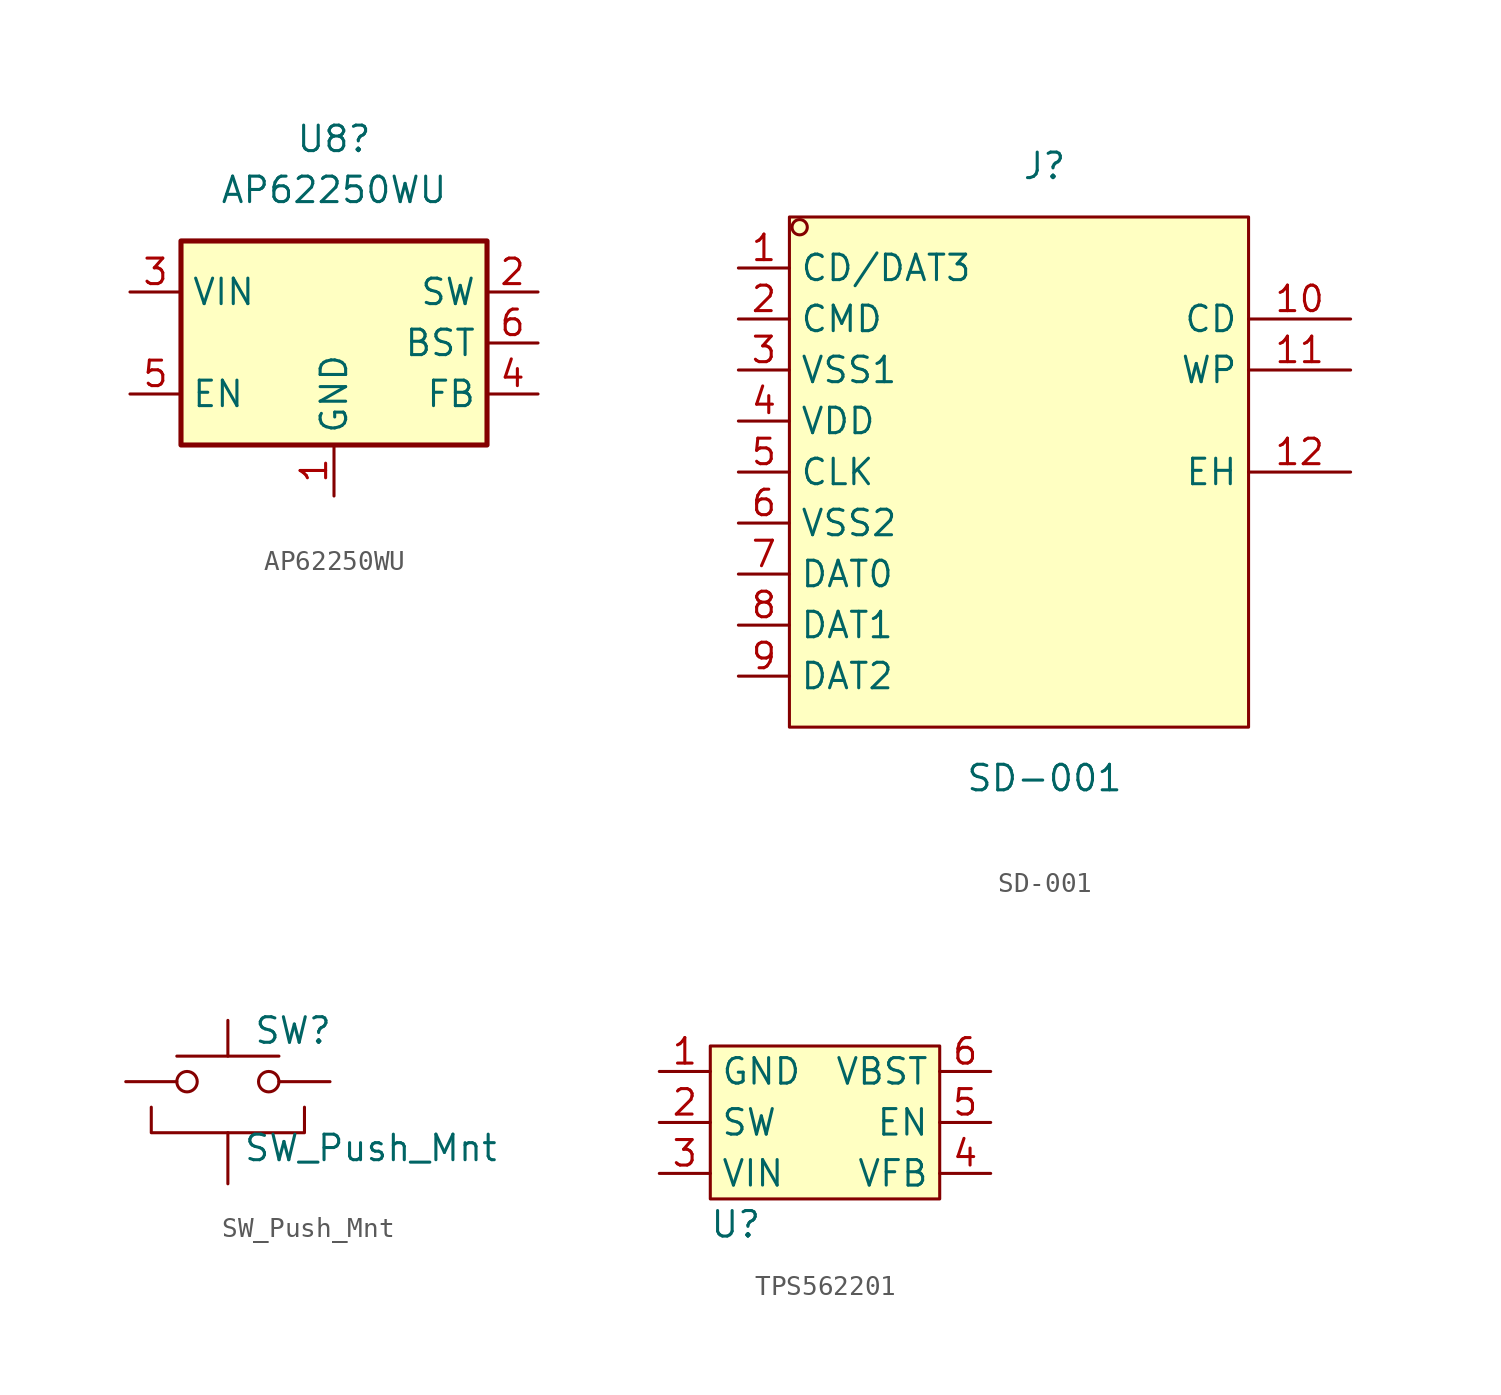
<source format=kicad_sym>
(kicad_symbol_lib
  (version 20241209)
  (generator "kicad_symbol_editor")
  (generator_version "9.0")
  (symbol "AP62250WU"
    (property "Reference" "U8"
      (at 0 10.16 0)
      (effects (font (size 1.27 1.27))))
    (property "Value" "AP62250WU"
      (at 0 7.62 0)
      (effects (font (size 1.27 1.27))))
    (symbol "AP62250WU_0_1"
      (rectangle (start -7.62 5.08) (end 7.62 -5.08) (stroke (width 0.254) (type default)) (fill (type background))))
    (symbol "AP62250WU_1_1"
      (pin power_in line (at -10.16 2.54 0) (length 2.54) (name "VIN" (effects (font (size 1.27 1.27)))) (number "3" (effects (font (size 1.27 1.27)))))
      (pin input line (at -10.16 -2.54 0) (length 2.54) (name "EN" (effects (font (size 1.27 1.27)))) (number "5" (effects (font (size 1.27 1.27)))))
      (pin power_in line (at 0 -7.62 90) (length 2.54) (name "GND" (effects (font (size 1.27 1.27)))) (number "1" (effects (font (size 1.27 1.27)))))
      (pin output line (at 10.16 2.54 180) (length 2.54) (name "SW" (effects (font (size 1.27 1.27)))) (number "2" (effects (font (size 1.27 1.27)))))
      (pin passive line (at 10.16 0 180) (length 2.54) (name "BST" (effects (font (size 1.27 1.27)))) (number "6" (effects (font (size 1.27 1.27)))))
      (pin input line (at 10.16 -2.54 180) (length 2.54) (name "FB" (effects (font (size 1.27 1.27)))) (number "4" (effects (font (size 1.27 1.27)))))))
  (symbol "SD-001"
    (property "Reference" "J"
      (at 0 15.24 0)
      (effects (font (size 1.27 1.27))))
    (property "Value" "SD-001"
      (at 0 -15.24 0)
      (effects (font (size 1.27 1.27))))
    (symbol "SD-001_0_1"
      (rectangle (start -12.7 12.7) (end 10.16 -12.7) (stroke (width 0) (type default)) (fill (type background)))
      (circle (center -12.19 12.19) (radius 0.38) (stroke (width 0) (type default)) (fill (type none)))
      (pin unspecified line (at -15.24 10.16 0) (length 2.54) (name "CD/DAT3" (effects (font (size 1.27 1.27)))) (number "1" (effects (font (size 1.27 1.27)))))
      (pin unspecified line (at -15.24 7.62 0) (length 2.54) (name "CMD" (effects (font (size 1.27 1.27)))) (number "2" (effects (font (size 1.27 1.27)))))
      (pin unspecified line (at -15.24 5.08 0) (length 2.54) (name "VSS1" (effects (font (size 1.27 1.27)))) (number "3" (effects (font (size 1.27 1.27)))))
      (pin unspecified line (at -15.24 2.54 0) (length 2.54) (name "VDD" (effects (font (size 1.27 1.27)))) (number "4" (effects (font (size 1.27 1.27)))))
      (pin unspecified line (at -15.24 0 0) (length 2.54) (name "CLK" (effects (font (size 1.27 1.27)))) (number "5" (effects (font (size 1.27 1.27)))))
      (pin unspecified line (at -15.24 -2.54 0) (length 2.54) (name "VSS2" (effects (font (size 1.27 1.27)))) (number "6" (effects (font (size 1.27 1.27)))))
      (pin unspecified line (at -15.24 -5.08 0) (length 2.54) (name "DAT0" (effects (font (size 1.27 1.27)))) (number "7" (effects (font (size 1.27 1.27)))))
      (pin unspecified line (at -15.24 -7.62 0) (length 2.54) (name "DAT1" (effects (font (size 1.27 1.27)))) (number "8" (effects (font (size 1.27 1.27)))))
      (pin unspecified line (at -15.24 -10.16 0) (length 2.54) (name "DAT2" (effects (font (size 1.27 1.27)))) (number "9" (effects (font (size 1.27 1.27)))))
      (pin unspecified line (at 15.24 7.62 180) (length 5.08) (name "CD" (effects (font (size 1.27 1.27)))) (number "10" (effects (font (size 1.27 1.27)))))
      (pin unspecified line (at 15.24 5.08 180) (length 5.08) (name "WP" (effects (font (size 1.27 1.27)))) (number "11" (effects (font (size 1.27 1.27)))))
      (pin unspecified line (at 15.24 0 180) (length 5.08) (name "EH" (effects (font (size 1.27 1.27)))) (number "12" (effects (font (size 1.27 1.27)))))))
  (symbol "SW_Push_Mnt"
    (pin_numbers
      (hide yes))
    (pin_names
      (offset 1.016)
      (hide yes))
    (property "Reference" "SW"
      (at 1.27 2.54 0)
      (effects (font (size 1.27 1.27)) (justify left)))
    (property "Value" "SW_Push_Mnt"
      (at 7.112 -3.302 0)
      (effects (font (size 1.27 1.27))))
    (symbol "SW_Push_Mnt_0_1"
      (polyline (pts (xy -3.81 -1.27) (xy -3.81 -2.54) (xy 3.81 -2.54) (xy 3.81 -1.27)) (stroke (width 0) (type default)) (fill (type none)))
      (circle (center -2.032 0) (radius 0.508) (stroke (width 0) (type default)) (fill (type none)))
      (polyline (pts (xy 0 1.27) (xy 0 3.048)) (stroke (width 0) (type default)) (fill (type none)))
      (circle (center 2.032 0) (radius 0.508) (stroke (width 0) (type default)) (fill (type none)))
      (polyline (pts (xy 2.54 1.27) (xy -2.54 1.27)) (stroke (width 0) (type default)) (fill (type none)))
      (pin passive line (at -5.08 0 0) (length 2.54) (name "1" (effects (font (size 1.27 1.27)))) (number "1" (effects (font (size 1.27 1.27)))))
      (pin passive line (at 5.08 0 180) (length 2.54) (name "2" (effects (font (size 1.27 1.27)))) (number "2" (effects (font (size 1.27 1.27))))))
    (symbol "SW_Push_Mnt_1_1"
      (pin passive line (at 0 -5.08 90) (length 2.54) (name "MNT" (effects (font (size 1.27 1.27)))) (number "3" (effects (font (size 1.27 1.27)))))))
  (symbol "TPS562201"
    (property "Reference" "U"
      (at 1.27 -10.16 0)
      (effects (font (size 1.27 1.27))))
    (property "Value" ""
      (at 0 0 0)
      (effects (font (size 1.27 1.27))))
    (symbol "TPS562201_1_1"
      (rectangle (start 0 -1.27) (end 11.43 -8.89) (stroke (width 0) (type default)) (fill (type background)))
      (pin power_in line (at -2.54 -2.54 0) (length 2.54) (name "GND" (effects (font (size 1.27 1.27)))) (number "1" (effects (font (size 1.27 1.27)))))
      (pin power_out line (at -2.54 -5.08 0) (length 2.54) (name "SW" (effects (font (size 1.27 1.27)))) (number "2" (effects (font (size 1.27 1.27)))))
      (pin power_in line (at -2.54 -7.62 0) (length 2.54) (name "VIN" (effects (font (size 1.27 1.27)))) (number "3" (effects (font (size 1.27 1.27)))))
      (pin power_in line (at 13.97 -2.54 180) (length 2.54) (name "VBST" (effects (font (size 1.27 1.27)))) (number "6" (effects (font (size 1.27 1.27)))))
      (pin input line (at 13.97 -5.08 180) (length 2.54) (name "EN" (effects (font (size 1.27 1.27)))) (number "5" (effects (font (size 1.27 1.27)))))
      (pin input line (at 13.97 -7.62 180) (length 2.54) (name "VFB" (effects (font (size 1.27 1.27)))) (number "4" (effects (font (size 1.27 1.27))))))))
</source>
